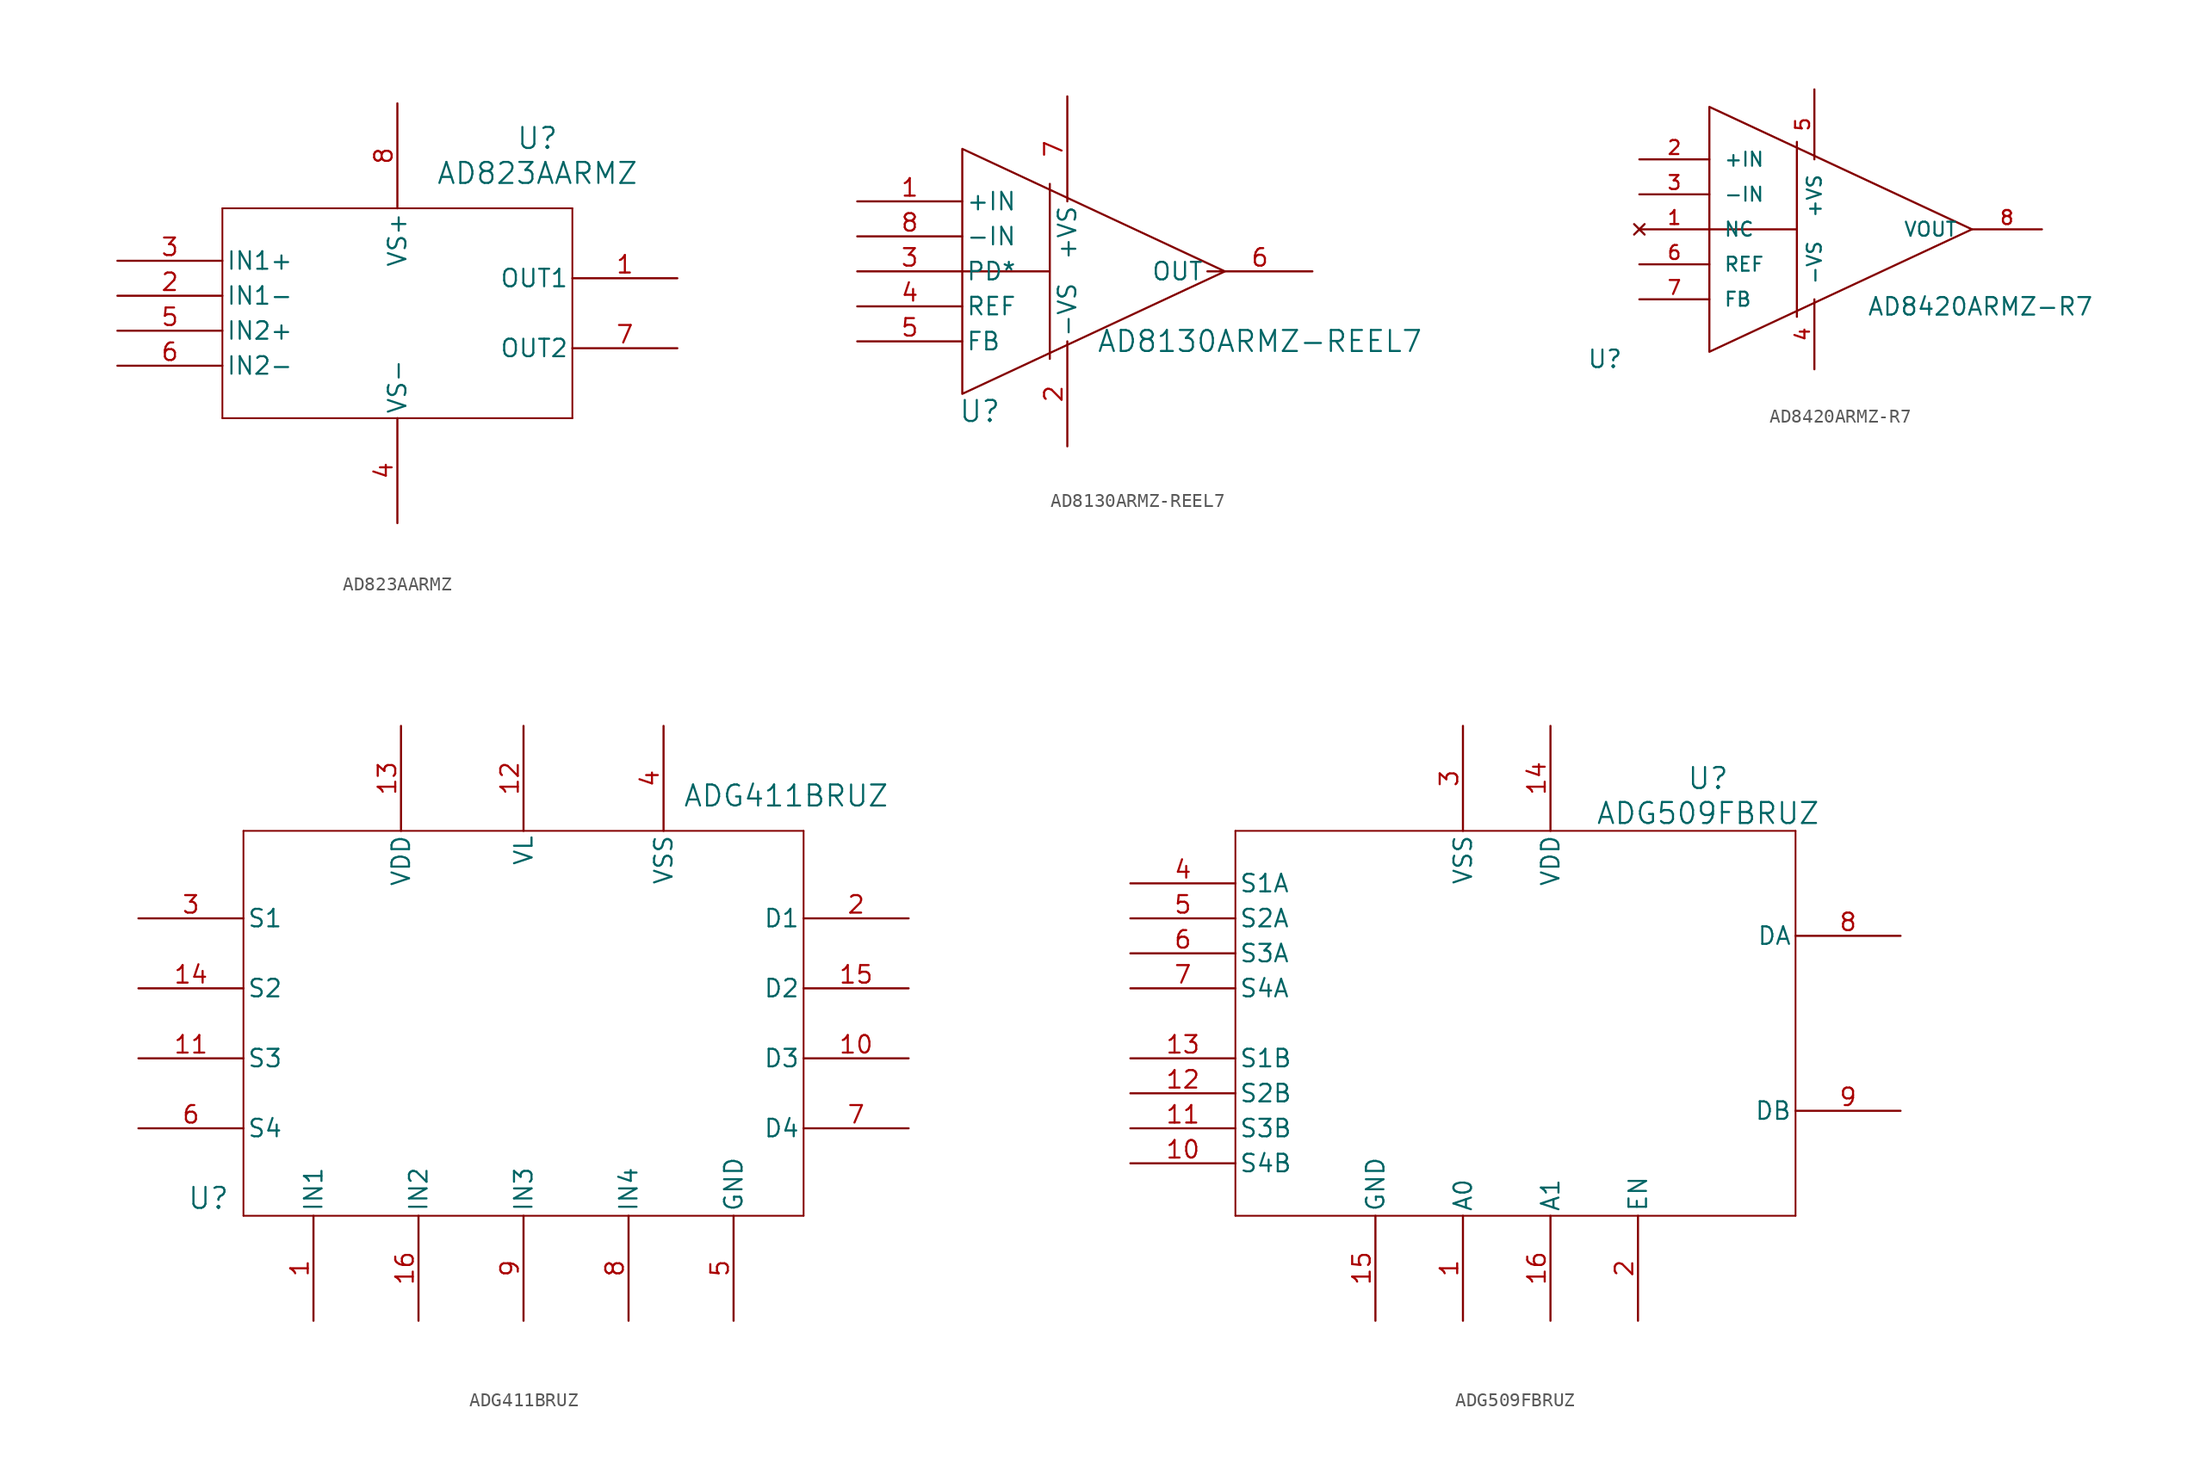
<source format=kicad_sym>
(kicad_symbol_lib
  (version 20211014)
  (generator kicad_symbol_editor)
  (symbol "AD823AARMZ"
    (pin_names
      (offset 0.254))
    (property "Reference" "U"
      (at 30.48 10.16 0)
      (effects (font (size 1.524 1.524))))
    (property "Value" "AD823AARMZ"
      (at 30.48 7.62 0)
      (effects (font (size 1.524 1.524))))
    (property "ki_locked" ""
      (at 0 0 0)
      (effects (font (size 1.27 1.27))))
    (symbol "AD823AARMZ_0_1"
      (polyline (pts (xy 7.62 -10.16) (xy 33.02 -10.16)) (stroke (width 0.127) (type default) (color 0 0 0 0)) (fill (type none)))
      (polyline (pts (xy 7.62 5.08) (xy 7.62 -10.16)) (stroke (width 0.127) (type default) (color 0 0 0 0)) (fill (type none)))
      (polyline (pts (xy 33.02 -10.16) (xy 33.02 5.08)) (stroke (width 0.127) (type default) (color 0 0 0 0)) (fill (type none)))
      (polyline (pts (xy 33.02 5.08) (xy 7.62 5.08)) (stroke (width 0.127) (type default) (color 0 0 0 0)) (fill (type none)))
      (pin output line (at 40.64 0 180) (length 7.62) (name "OUT1" (effects (font (size 1.27 1.27)))) (number "1" (effects (font (size 1.27 1.27)))))
      (pin input line (at 0 -1.27 0) (length 7.62) (name "IN1-" (effects (font (size 1.27 1.27)))) (number "2" (effects (font (size 1.27 1.27)))))
      (pin input line (at 0 1.27 0) (length 7.62) (name "IN1+" (effects (font (size 1.27 1.27)))) (number "3" (effects (font (size 1.27 1.27)))))
      (pin power_in line (at 20.32 -17.78 90) (length 7.62) (name "VS-" (effects (font (size 1.27 1.27)))) (number "4" (effects (font (size 1.27 1.27)))))
      (pin input line (at 0 -3.81 0) (length 7.62) (name "IN2+" (effects (font (size 1.27 1.27)))) (number "5" (effects (font (size 1.27 1.27)))))
      (pin input line (at 0 -6.35 0) (length 7.62) (name "IN2-" (effects (font (size 1.27 1.27)))) (number "6" (effects (font (size 1.27 1.27)))))
      (pin output line (at 40.64 -5.08 180) (length 7.62) (name "OUT2" (effects (font (size 1.27 1.27)))) (number "7" (effects (font (size 1.27 1.27)))))
      (pin power_in line (at 20.32 12.7 270) (length 7.62) (name "VS+" (effects (font (size 1.27 1.27)))) (number "8" (effects (font (size 1.27 1.27)))))))
  (symbol "AD8130ARMZ-REEL7"
    (pin_names
      (offset 0.254))
    (property "Reference" "U"
      (at -6.35 -10.16 0)
      (effects (font (size 1.524 1.524))))
    (property "Value" "AD8130ARMZ-REEL7"
      (at 13.97 -5.08 0)
      (effects (font (size 1.524 1.524))))
    (property "ki_locked" ""
      (at 0 0 0)
      (effects (font (size 1.27 1.27))))
    (symbol "AD8130ARMZ-REEL7_0_1"
      (pin unspecified line (at -15.24 5.08 0) (length 7.62) (name "+IN" (effects (font (size 1.27 1.27)))) (number "1" (effects (font (size 1.27 1.27)))))
      (pin power_in line (at 0 -12.7 90) (length 7.62) (name "-VS" (effects (font (size 1.27 1.27)))) (number "2" (effects (font (size 1.27 1.27)))))
      (pin unspecified line (at -15.24 0 0) (length 7.62) (name "PD*" (effects (font (size 1.27 1.27)))) (number "3" (effects (font (size 1.27 1.27)))))
      (pin unspecified line (at -15.24 -2.54 0) (length 7.62) (name "REF" (effects (font (size 1.27 1.27)))) (number "4" (effects (font (size 1.27 1.27)))))
      (pin unspecified line (at -15.24 -5.08 0) (length 7.62) (name "FB" (effects (font (size 1.27 1.27)))) (number "5" (effects (font (size 1.27 1.27)))))
      (pin unspecified line (at 17.78 0 180) (length 7.62) (name "OUT" (effects (font (size 1.27 1.27)))) (number "6" (effects (font (size 1.27 1.27)))))
      (pin power_in line (at 0 12.7 270) (length 7.62) (name "+VS" (effects (font (size 1.27 1.27)))) (number "7" (effects (font (size 1.27 1.27)))))
      (pin unspecified line (at -15.24 2.54 0) (length 7.62) (name "-IN" (effects (font (size 1.27 1.27)))) (number "8" (effects (font (size 1.27 1.27))))))
    (symbol "AD8130ARMZ-REEL7_1_1"
      (polyline (pts (xy -7.62 8.89) (xy -7.62 -8.89) (xy 11.43 0) (xy -7.62 8.89) (xy -7.62 0) (xy -1.27 0) (xy -1.27 6.35) (xy -1.27 -6.35) (xy -1.27 -1.27)) (stroke (width 0) (type default) (color 0 0 0 0)) (fill (type none)))))
  (symbol "AD8420ARMZ-R7"
    (pin_names
      (offset 1.016))
    (property "Reference" "U"
      (at -19.05 -10.16 0)
      (effects (font (size 1.27 1.27)) (justify left bottom)))
    (property "Value" "AD8420ARMZ-R7"
      (at 1.27 -6.35 0)
      (effects (font (size 1.27 1.27)) (justify left bottom)))
    (property "ki_locked" ""
      (at 0 0 0)
      (effects (font (size 1.27 1.27))))
    (symbol "AD8420ARMZ-R7_0_0"
      (pin no_connect line (at -15.24 0 0) (length 5.08) (name "NC" (effects (font (size 1.016 1.016)))) (number "1" (effects (font (size 1.016 1.016)))))
      (pin input line (at -15.24 5.08 0) (length 5.08) (name "+IN" (effects (font (size 1.016 1.016)))) (number "2" (effects (font (size 1.016 1.016)))))
      (pin input line (at -15.24 2.54 0) (length 5.08) (name "-IN" (effects (font (size 1.016 1.016)))) (number "3" (effects (font (size 1.016 1.016)))))
      (pin power_in line (at -2.54 -10.16 90) (length 5.08) (name "-VS" (effects (font (size 1.016 1.016)))) (number "4" (effects (font (size 1.016 1.016)))))
      (pin power_in line (at -2.54 10.16 270) (length 5.08) (name "+VS" (effects (font (size 1.016 1.016)))) (number "5" (effects (font (size 1.016 1.016)))))
      (pin input line (at -15.24 -2.54 0) (length 5.08) (name "REF" (effects (font (size 1.016 1.016)))) (number "6" (effects (font (size 1.016 1.016)))))
      (pin input line (at -15.24 -5.08 0) (length 5.08) (name "FB" (effects (font (size 1.016 1.016)))) (number "7" (effects (font (size 1.016 1.016)))))
      (pin output line (at 13.97 0 180) (length 5.08) (name "VOUT" (effects (font (size 1.016 1.016)))) (number "8" (effects (font (size 1.016 1.016))))))
    (symbol "AD8420ARMZ-R7_1_1"
      (polyline (pts (xy -10.16 8.89) (xy -10.16 -8.89) (xy 8.89 0) (xy -10.16 8.89) (xy -10.16 0) (xy -3.81 0) (xy -3.81 6.35) (xy -3.81 -6.35) (xy -3.81 -1.27)) (stroke (width 0) (type default) (color 0 0 0 0)) (fill (type none)))))
  (symbol "ADG411BRUZ"
    (pin_names
      (offset 0.254))
    (property "Reference" "U"
      (at 5.08 -21.59 0)
      (effects (font (size 1.524 1.524))))
    (property "Value" "ADG411BRUZ"
      (at 46.99 7.62 0)
      (effects (font (size 1.524 1.524))))
    (property "ki_locked" ""
      (at 0 0 0)
      (effects (font (size 1.27 1.27))))
    (symbol "ADG411BRUZ_0_1"
      (polyline (pts (xy 7.62 -22.86) (xy 48.26 -22.86)) (stroke (width 0.127) (type default) (color 0 0 0 0)) (fill (type none)))
      (polyline (pts (xy 7.62 5.08) (xy 7.62 -22.86)) (stroke (width 0.127) (type default) (color 0 0 0 0)) (fill (type none)))
      (polyline (pts (xy 48.26 -22.86) (xy 48.26 5.08)) (stroke (width 0.127) (type default) (color 0 0 0 0)) (fill (type none)))
      (polyline (pts (xy 48.26 5.08) (xy 7.62 5.08)) (stroke (width 0.127) (type default) (color 0 0 0 0)) (fill (type none)))
      (pin unspecified line (at 12.7 -30.48 90) (length 7.62) (name "IN1" (effects (font (size 1.27 1.27)))) (number "1" (effects (font (size 1.27 1.27)))))
      (pin unspecified line (at 55.88 -11.43 180) (length 7.62) (name "D3" (effects (font (size 1.27 1.27)))) (number "10" (effects (font (size 1.27 1.27)))))
      (pin unspecified line (at 0 -11.43 0) (length 7.62) (name "S3" (effects (font (size 1.27 1.27)))) (number "11" (effects (font (size 1.27 1.27)))))
      (pin power_in line (at 27.94 12.7 270) (length 7.62) (name "VL" (effects (font (size 1.27 1.27)))) (number "12" (effects (font (size 1.27 1.27)))))
      (pin power_in line (at 19.05 12.7 270) (length 7.62) (name "VDD" (effects (font (size 1.27 1.27)))) (number "13" (effects (font (size 1.27 1.27)))))
      (pin unspecified line (at 0 -6.35 0) (length 7.62) (name "S2" (effects (font (size 1.27 1.27)))) (number "14" (effects (font (size 1.27 1.27)))))
      (pin unspecified line (at 55.88 -6.35 180) (length 7.62) (name "D2" (effects (font (size 1.27 1.27)))) (number "15" (effects (font (size 1.27 1.27)))))
      (pin unspecified line (at 20.32 -30.48 90) (length 7.62) (name "IN2" (effects (font (size 1.27 1.27)))) (number "16" (effects (font (size 1.27 1.27)))))
      (pin unspecified line (at 55.88 -1.27 180) (length 7.62) (name "D1" (effects (font (size 1.27 1.27)))) (number "2" (effects (font (size 1.27 1.27)))))
      (pin unspecified line (at 0 -1.27 0) (length 7.62) (name "S1" (effects (font (size 1.27 1.27)))) (number "3" (effects (font (size 1.27 1.27)))))
      (pin power_in line (at 38.1 12.7 270) (length 7.62) (name "VSS" (effects (font (size 1.27 1.27)))) (number "4" (effects (font (size 1.27 1.27)))))
      (pin unspecified line (at 43.18 -30.48 90) (length 7.62) (name "GND" (effects (font (size 1.27 1.27)))) (number "5" (effects (font (size 1.27 1.27)))))
      (pin unspecified line (at 0 -16.51 0) (length 7.62) (name "S4" (effects (font (size 1.27 1.27)))) (number "6" (effects (font (size 1.27 1.27)))))
      (pin unspecified line (at 55.88 -16.51 180) (length 7.62) (name "D4" (effects (font (size 1.27 1.27)))) (number "7" (effects (font (size 1.27 1.27)))))
      (pin unspecified line (at 35.56 -30.48 90) (length 7.62) (name "IN4" (effects (font (size 1.27 1.27)))) (number "8" (effects (font (size 1.27 1.27)))))
      (pin unspecified line (at 27.94 -30.48 90) (length 7.62) (name "IN3" (effects (font (size 1.27 1.27)))) (number "9" (effects (font (size 1.27 1.27)))))))
  (symbol "ADG509FBRUZ"
    (pin_names
      (offset 0.254))
    (property "Reference" "U"
      (at 41.91 8.89 0)
      (effects (font (size 1.524 1.524))))
    (property "Value" "ADG509FBRUZ"
      (at 41.91 6.35 0)
      (effects (font (size 1.524 1.524))))
    (property "ki_locked" ""
      (at 0 0 0)
      (effects (font (size 1.27 1.27))))
    (symbol "ADG509FBRUZ_0_1"
      (polyline (pts (xy 7.62 -22.86) (xy 48.26 -22.86)) (stroke (width 0.127) (type default) (color 0 0 0 0)) (fill (type none)))
      (polyline (pts (xy 7.62 5.08) (xy 7.62 -22.86)) (stroke (width 0.127) (type default) (color 0 0 0 0)) (fill (type none)))
      (polyline (pts (xy 48.26 -22.86) (xy 48.26 5.08)) (stroke (width 0.127) (type default) (color 0 0 0 0)) (fill (type none)))
      (polyline (pts (xy 48.26 5.08) (xy 7.62 5.08)) (stroke (width 0.127) (type default) (color 0 0 0 0)) (fill (type none)))
      (pin unspecified line (at 24.13 -30.48 90) (length 7.62) (name "A0" (effects (font (size 1.27 1.27)))) (number "1" (effects (font (size 1.27 1.27)))))
      (pin unspecified line (at 0 -19.05 0) (length 7.62) (name "S4B" (effects (font (size 1.27 1.27)))) (number "10" (effects (font (size 1.27 1.27)))))
      (pin unspecified line (at 0 -16.51 0) (length 7.62) (name "S3B" (effects (font (size 1.27 1.27)))) (number "11" (effects (font (size 1.27 1.27)))))
      (pin unspecified line (at 0 -13.97 0) (length 7.62) (name "S2B" (effects (font (size 1.27 1.27)))) (number "12" (effects (font (size 1.27 1.27)))))
      (pin unspecified line (at 0 -11.43 0) (length 7.62) (name "S1B" (effects (font (size 1.27 1.27)))) (number "13" (effects (font (size 1.27 1.27)))))
      (pin power_in line (at 30.48 12.7 270) (length 7.62) (name "VDD" (effects (font (size 1.27 1.27)))) (number "14" (effects (font (size 1.27 1.27)))))
      (pin unspecified line (at 17.78 -30.48 90) (length 7.62) (name "GND" (effects (font (size 1.27 1.27)))) (number "15" (effects (font (size 1.27 1.27)))))
      (pin unspecified line (at 30.48 -30.48 90) (length 7.62) (name "A1" (effects (font (size 1.27 1.27)))) (number "16" (effects (font (size 1.27 1.27)))))
      (pin unspecified line (at 36.83 -30.48 90) (length 7.62) (name "EN" (effects (font (size 1.27 1.27)))) (number "2" (effects (font (size 1.27 1.27)))))
      (pin power_in line (at 24.13 12.7 270) (length 7.62) (name "VSS" (effects (font (size 1.27 1.27)))) (number "3" (effects (font (size 1.27 1.27)))))
      (pin unspecified line (at 0 1.27 0) (length 7.62) (name "S1A" (effects (font (size 1.27 1.27)))) (number "4" (effects (font (size 1.27 1.27)))))
      (pin unspecified line (at 0 -1.27 0) (length 7.62) (name "S2A" (effects (font (size 1.27 1.27)))) (number "5" (effects (font (size 1.27 1.27)))))
      (pin unspecified line (at 0 -3.81 0) (length 7.62) (name "S3A" (effects (font (size 1.27 1.27)))) (number "6" (effects (font (size 1.27 1.27)))))
      (pin unspecified line (at 0 -6.35 0) (length 7.62) (name "S4A" (effects (font (size 1.27 1.27)))) (number "7" (effects (font (size 1.27 1.27)))))
      (pin unspecified line (at 55.88 -2.54 180) (length 7.62) (name "DA" (effects (font (size 1.27 1.27)))) (number "8" (effects (font (size 1.27 1.27)))))
      (pin unspecified line (at 55.88 -15.24 180) (length 7.62) (name "DB" (effects (font (size 1.27 1.27)))) (number "9" (effects (font (size 1.27 1.27))))))))
</source>
